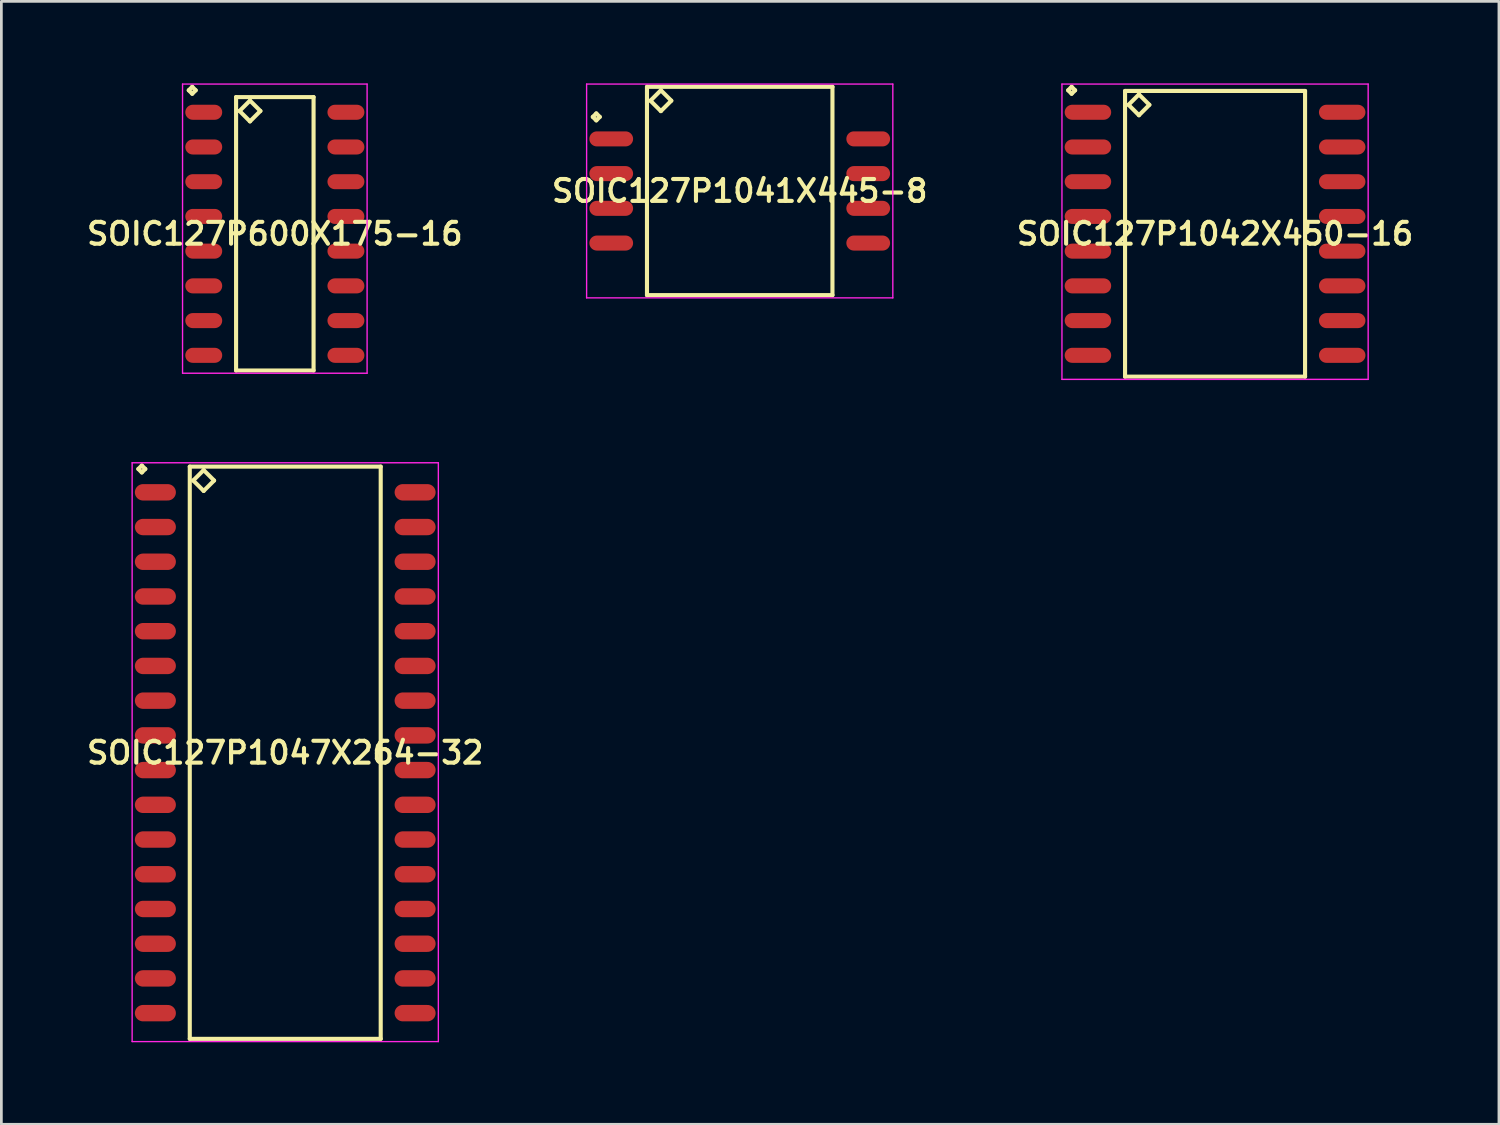
<source format=kicad_pcb>
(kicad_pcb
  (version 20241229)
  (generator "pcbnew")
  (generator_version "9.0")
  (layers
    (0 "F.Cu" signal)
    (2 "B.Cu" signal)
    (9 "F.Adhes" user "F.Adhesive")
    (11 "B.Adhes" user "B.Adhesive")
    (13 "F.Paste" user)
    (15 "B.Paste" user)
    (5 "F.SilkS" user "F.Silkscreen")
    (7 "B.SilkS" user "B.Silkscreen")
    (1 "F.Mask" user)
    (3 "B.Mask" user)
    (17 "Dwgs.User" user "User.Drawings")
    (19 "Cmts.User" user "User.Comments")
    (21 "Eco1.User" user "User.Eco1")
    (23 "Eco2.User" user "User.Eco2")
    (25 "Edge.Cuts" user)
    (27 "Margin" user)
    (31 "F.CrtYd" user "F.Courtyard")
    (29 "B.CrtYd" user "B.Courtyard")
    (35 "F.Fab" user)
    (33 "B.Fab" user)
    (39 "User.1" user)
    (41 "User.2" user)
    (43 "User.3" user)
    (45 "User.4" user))
  (footprint "SOIC127P1042X450-16"
    (layer "F.Cu")
    (at 41.392 5.501)
    (property "Reference" "SOIC127P1042X450-16" (at 0 0 0) (layer "F.SilkS") (effects (font (size 0.8 0.8) (thickness 0.15))))
    (attr smd)
    (fp_line (start -5.373 -5.249) (end -5.246 -5.376) (stroke (width 0.15) (type solid)) (layer "F.SilkS"))
    (fp_line (start -5.246 -5.376) (end -5.119 -5.249) (stroke (width 0.15) (type solid)) (layer "F.SilkS"))
    (fp_line (start -5.246 -5.122) (end -5.373 -5.249) (stroke (width 0.15) (type solid)) (layer "F.SilkS"))
    (fp_line (start -5.119 -5.249) (end -5.246 -5.122) (stroke (width 0.15) (type solid)) (layer "F.SilkS"))
    (fp_line (start -3.292 -5.225) (end -3.292 5.225) (stroke (width 0.15) (type solid)) (layer "F.SilkS"))
    (fp_line (start -3.292 5.225) (end 3.292 5.225) (stroke (width 0.15) (type solid)) (layer "F.SilkS"))
    (fp_line (start -3.165 -4.717) (end -2.784 -5.098) (stroke (width 0.15) (type solid)) (layer "F.SilkS"))
    (fp_line (start -2.784 -5.098) (end -2.403 -4.717) (stroke (width 0.15) (type solid)) (layer "F.SilkS"))
    (fp_line (start -2.784 -4.336) (end -3.165 -4.717) (stroke (width 0.15) (type solid)) (layer "F.SilkS"))
    (fp_line (start -2.403 -4.717) (end -2.784 -4.336) (stroke (width 0.15) (type solid)) (layer "F.SilkS"))
    (fp_line (start 3.292 -5.225) (end -3.292 -5.225) (stroke (width 0.15) (type solid)) (layer "F.SilkS"))
    (fp_line (start 3.292 5.225) (end 3.292 -5.225) (stroke (width 0.15) (type solid)) (layer "F.SilkS"))
    (fp_line (start -5.6 -5.476) (end 5.6 -5.476) (stroke (width 0.05) (type solid)) (layer "F.CrtYd"))
    (fp_line (start -5.6 5.325) (end -5.6 -5.476) (stroke (width 0.05) (type solid)) (layer "F.CrtYd"))
    (fp_line (start 5.6 -5.476) (end 5.6 5.325) (stroke (width 0.05) (type solid)) (layer "F.CrtYd"))
    (fp_line (start 5.6 5.325) (end -5.6 5.325) (stroke (width 0.05) (type solid)) (layer "F.CrtYd"))
    (pad "1" smd oval (at -4.65 -4.445) (size 1.7 0.55) (layers "F.Cu" "F.Mask" "F.Paste"))
    (pad "2" smd oval (at -4.65 -3.175) (size 1.7 0.55) (layers "F.Cu" "F.Mask" "F.Paste"))
    (pad "3" smd oval (at -4.65 -1.905) (size 1.7 0.55) (layers "F.Cu" "F.Mask" "F.Paste"))
    (pad "4" smd oval (at -4.65 -0.635) (size 1.7 0.55) (layers "F.Cu" "F.Mask" "F.Paste"))
    (pad "5" smd oval (at -4.65 0.635) (size 1.7 0.55) (layers "F.Cu" "F.Mask" "F.Paste"))
    (pad "6" smd oval (at -4.65 1.905) (size 1.7 0.55) (layers "F.Cu" "F.Mask" "F.Paste"))
    (pad "7" smd oval (at -4.65 3.175) (size 1.7 0.55) (layers "F.Cu" "F.Mask" "F.Paste"))
    (pad "8" smd oval (at -4.65 4.445) (size 1.7 0.55) (layers "F.Cu" "F.Mask" "F.Paste"))
    (pad "9" smd oval (at 4.65 4.445) (size 1.7 0.55) (layers "F.Cu" "F.Mask" "F.Paste"))
    (pad "10" smd oval (at 4.65 3.175) (size 1.7 0.55) (layers "F.Cu" "F.Mask" "F.Paste"))
    (pad "11" smd oval (at 4.65 1.905) (size 1.7 0.55) (layers "F.Cu" "F.Mask" "F.Paste"))
    (pad "12" smd oval (at 4.65 0.635) (size 1.7 0.55) (layers "F.Cu" "F.Mask" "F.Paste"))
    (pad "13" smd oval (at 4.65 -0.635) (size 1.7 0.55) (layers "F.Cu" "F.Mask" "F.Paste"))
    (pad "14" smd oval (at 4.65 -1.905) (size 1.7 0.55) (layers "F.Cu" "F.Mask" "F.Paste"))
    (pad "15" smd oval (at 4.65 -3.175) (size 1.7 0.55) (layers "F.Cu" "F.Mask" "F.Paste"))
    (pad "16" smd oval (at 4.65 -4.445) (size 1.7 0.55) (layers "F.Cu" "F.Mask" "F.Paste")))
  (footprint "SOIC127P1047X264-32"
    (layer "F.Cu")
    (at 7.383 24.482)
    (property "Reference" "SOIC127P1047X264-32" (at 0 0 0) (layer "F.SilkS") (effects (font (size 0.8 0.8) (thickness 0.15))))
    (attr smd)
    (fp_line (start -5.373 -10.379) (end -5.246 -10.506) (stroke (width 0.15) (type solid)) (layer "F.SilkS"))
    (fp_line (start -5.246 -10.506) (end -5.119 -10.379) (stroke (width 0.15) (type solid)) (layer "F.SilkS"))
    (fp_line (start -5.246 -10.252) (end -5.373 -10.379) (stroke (width 0.15) (type solid)) (layer "F.SilkS"))
    (fp_line (start -5.119 -10.379) (end -5.246 -10.252) (stroke (width 0.15) (type solid)) (layer "F.SilkS"))
    (fp_line (start -3.492 -10.465) (end -3.492 10.465) (stroke (width 0.15) (type solid)) (layer "F.SilkS"))
    (fp_line (start -3.492 10.465) (end 3.492 10.465) (stroke (width 0.15) (type solid)) (layer "F.SilkS"))
    (fp_line (start -3.365 -9.957) (end -2.984 -10.338) (stroke (width 0.15) (type solid)) (layer "F.SilkS"))
    (fp_line (start -2.984 -10.338) (end -2.603 -9.957) (stroke (width 0.15) (type solid)) (layer "F.SilkS"))
    (fp_line (start -2.984 -9.576) (end -3.365 -9.957) (stroke (width 0.15) (type solid)) (layer "F.SilkS"))
    (fp_line (start -2.603 -9.957) (end -2.984 -9.576) (stroke (width 0.15) (type solid)) (layer "F.SilkS"))
    (fp_line (start 3.492 -10.465) (end -3.492 -10.465) (stroke (width 0.15) (type solid)) (layer "F.SilkS"))
    (fp_line (start 3.492 10.465) (end 3.492 -10.465) (stroke (width 0.15) (type solid)) (layer "F.SilkS"))
    (fp_line (start -5.6 -10.606) (end 5.6 -10.606) (stroke (width 0.05) (type solid)) (layer "F.CrtYd"))
    (fp_line (start -5.6 10.565) (end -5.6 -10.606) (stroke (width 0.05) (type solid)) (layer "F.CrtYd"))
    (fp_line (start 5.6 -10.606) (end 5.6 10.565) (stroke (width 0.05) (type solid)) (layer "F.CrtYd"))
    (fp_line (start 5.6 10.565) (end -5.6 10.565) (stroke (width 0.05) (type solid)) (layer "F.CrtYd"))
    (pad "1" smd oval (at -4.75 -9.525) (size 1.5 0.6) (layers "F.Cu" "F.Mask" "F.Paste"))
    (pad "2" smd oval (at -4.75 -8.255) (size 1.5 0.6) (layers "F.Cu" "F.Mask" "F.Paste"))
    (pad "3" smd oval (at -4.75 -6.985) (size 1.5 0.6) (layers "F.Cu" "F.Mask" "F.Paste"))
    (pad "4" smd oval (at -4.75 -5.715) (size 1.5 0.6) (layers "F.Cu" "F.Mask" "F.Paste"))
    (pad "5" smd oval (at -4.75 -4.445) (size 1.5 0.6) (layers "F.Cu" "F.Mask" "F.Paste"))
    (pad "6" smd oval (at -4.75 -3.175) (size 1.5 0.6) (layers "F.Cu" "F.Mask" "F.Paste"))
    (pad "7" smd oval (at -4.75 -1.905) (size 1.5 0.6) (layers "F.Cu" "F.Mask" "F.Paste"))
    (pad "8" smd oval (at -4.75 -0.635) (size 1.5 0.6) (layers "F.Cu" "F.Mask" "F.Paste"))
    (pad "9" smd oval (at -4.75 0.635) (size 1.5 0.6) (layers "F.Cu" "F.Mask" "F.Paste"))
    (pad "10" smd oval (at -4.75 1.905) (size 1.5 0.6) (layers "F.Cu" "F.Mask" "F.Paste"))
    (pad "11" smd oval (at -4.75 3.175) (size 1.5 0.6) (layers "F.Cu" "F.Mask" "F.Paste"))
    (pad "12" smd oval (at -4.75 4.445) (size 1.5 0.6) (layers "F.Cu" "F.Mask" "F.Paste"))
    (pad "13" smd oval (at -4.75 5.715) (size 1.5 0.6) (layers "F.Cu" "F.Mask" "F.Paste"))
    (pad "14" smd oval (at -4.75 6.985) (size 1.5 0.6) (layers "F.Cu" "F.Mask" "F.Paste"))
    (pad "15" smd oval (at -4.75 8.255) (size 1.5 0.6) (layers "F.Cu" "F.Mask" "F.Paste"))
    (pad "16" smd oval (at -4.75 9.525) (size 1.5 0.6) (layers "F.Cu" "F.Mask" "F.Paste"))
    (pad "17" smd oval (at 4.75 9.525) (size 1.5 0.6) (layers "F.Cu" "F.Mask" "F.Paste"))
    (pad "18" smd oval (at 4.75 8.255) (size 1.5 0.6) (layers "F.Cu" "F.Mask" "F.Paste"))
    (pad "19" smd oval (at 4.75 6.985) (size 1.5 0.6) (layers "F.Cu" "F.Mask" "F.Paste"))
    (pad "20" smd oval (at 4.75 5.715) (size 1.5 0.6) (layers "F.Cu" "F.Mask" "F.Paste"))
    (pad "21" smd oval (at 4.75 4.445) (size 1.5 0.6) (layers "F.Cu" "F.Mask" "F.Paste"))
    (pad "22" smd oval (at 4.75 3.175) (size 1.5 0.6) (layers "F.Cu" "F.Mask" "F.Paste"))
    (pad "23" smd oval (at 4.75 1.905) (size 1.5 0.6) (layers "F.Cu" "F.Mask" "F.Paste"))
    (pad "24" smd oval (at 4.75 0.635) (size 1.5 0.6) (layers "F.Cu" "F.Mask" "F.Paste"))
    (pad "25" smd oval (at 4.75 -0.635) (size 1.5 0.6) (layers "F.Cu" "F.Mask" "F.Paste"))
    (pad "26" smd oval (at 4.75 -1.905) (size 1.5 0.6) (layers "F.Cu" "F.Mask" "F.Paste"))
    (pad "27" smd oval (at 4.75 -3.175) (size 1.5 0.6) (layers "F.Cu" "F.Mask" "F.Paste"))
    (pad "28" smd oval (at 4.75 -4.445) (size 1.5 0.6) (layers "F.Cu" "F.Mask" "F.Paste"))
    (pad "29" smd oval (at 4.75 -5.715) (size 1.5 0.6) (layers "F.Cu" "F.Mask" "F.Paste"))
    (pad "30" smd oval (at 4.75 -6.985) (size 1.5 0.6) (layers "F.Cu" "F.Mask" "F.Paste"))
    (pad "31" smd oval (at 4.75 -8.255) (size 1.5 0.6) (layers "F.Cu" "F.Mask" "F.Paste"))
    (pad "32" smd oval (at 4.75 -9.525) (size 1.5 0.6) (layers "F.Cu" "F.Mask" "F.Paste")))
  (footprint "SOIC127P1041X445-8"
    (layer "F.Cu")
    (at 24.006 3.935)
    (property "Reference" "SOIC127P1041X445-8" (at 0 0 0) (layer "F.SilkS") (effects (font (size 0.8 0.8) (thickness 0.15))))
    (attr smd)
    (fp_line (start -5.373 -2.709) (end -5.246 -2.836) (stroke (width 0.15) (type solid)) (layer "F.SilkS"))
    (fp_line (start -5.246 -2.836) (end -5.119 -2.709) (stroke (width 0.15) (type solid)) (layer "F.SilkS"))
    (fp_line (start -5.246 -2.582) (end -5.373 -2.709) (stroke (width 0.15) (type solid)) (layer "F.SilkS"))
    (fp_line (start -5.119 -2.709) (end -5.246 -2.582) (stroke (width 0.15) (type solid)) (layer "F.SilkS"))
    (fp_line (start -3.392 -3.81) (end -3.392 3.81) (stroke (width 0.15) (type solid)) (layer "F.SilkS"))
    (fp_line (start -3.392 3.81) (end 3.392 3.81) (stroke (width 0.15) (type solid)) (layer "F.SilkS"))
    (fp_line (start -3.265 -3.302) (end -2.884 -3.683) (stroke (width 0.15) (type solid)) (layer "F.SilkS"))
    (fp_line (start -2.884 -3.683) (end -2.503 -3.302) (stroke (width 0.15) (type solid)) (layer "F.SilkS"))
    (fp_line (start -2.884 -2.921) (end -3.265 -3.302) (stroke (width 0.15) (type solid)) (layer "F.SilkS"))
    (fp_line (start -2.503 -3.302) (end -2.884 -2.921) (stroke (width 0.15) (type solid)) (layer "F.SilkS"))
    (fp_line (start 3.392 -3.81) (end -3.392 -3.81) (stroke (width 0.15) (type solid)) (layer "F.SilkS"))
    (fp_line (start 3.392 3.81) (end 3.392 -3.81) (stroke (width 0.15) (type solid)) (layer "F.SilkS"))
    (fp_line (start -5.6 -3.91) (end 5.6 -3.91) (stroke (width 0.05) (type solid)) (layer "F.CrtYd"))
    (fp_line (start -5.6 3.91) (end -5.6 -3.91) (stroke (width 0.05) (type solid)) (layer "F.CrtYd"))
    (fp_line (start 5.6 -3.91) (end 5.6 3.91) (stroke (width 0.05) (type solid)) (layer "F.CrtYd"))
    (fp_line (start 5.6 3.91) (end -5.6 3.91) (stroke (width 0.05) (type solid)) (layer "F.CrtYd"))
    (pad "1" smd oval (at -4.7 -1.905) (size 1.6 0.55) (layers "F.Cu" "F.Mask" "F.Paste"))
    (pad "2" smd oval (at -4.7 -0.635) (size 1.6 0.55) (layers "F.Cu" "F.Mask" "F.Paste"))
    (pad "3" smd oval (at -4.7 0.635) (size 1.6 0.55) (layers "F.Cu" "F.Mask" "F.Paste"))
    (pad "4" smd oval (at -4.7 1.905) (size 1.6 0.55) (layers "F.Cu" "F.Mask" "F.Paste"))
    (pad "5" smd oval (at 4.7 1.905) (size 1.6 0.55) (layers "F.Cu" "F.Mask" "F.Paste"))
    (pad "6" smd oval (at 4.7 0.635) (size 1.6 0.55) (layers "F.Cu" "F.Mask" "F.Paste"))
    (pad "7" smd oval (at 4.7 -0.635) (size 1.6 0.55) (layers "F.Cu" "F.Mask" "F.Paste"))
    (pad "8" smd oval (at 4.7 -1.905) (size 1.6 0.55) (layers "F.Cu" "F.Mask" "F.Paste")))
  (footprint "SOIC127P600X175-16"
    (layer "F.Cu")
    (at 7.002 5.501)
    (property "Reference" "SOIC127P600X175-16" (at 0 0 0) (layer "F.SilkS") (effects (font (size 0.8 0.8) (thickness 0.15))))
    (attr smd)
    (fp_line (start -3.148 -5.249) (end -3.021 -5.376) (stroke (width 0.15) (type solid)) (layer "F.SilkS"))
    (fp_line (start -3.021 -5.376) (end -2.894 -5.249) (stroke (width 0.15) (type solid)) (layer "F.SilkS"))
    (fp_line (start -3.021 -5.122) (end -3.148 -5.249) (stroke (width 0.15) (type solid)) (layer "F.SilkS"))
    (fp_line (start -2.894 -5.249) (end -3.021 -5.122) (stroke (width 0.15) (type solid)) (layer "F.SilkS"))
    (fp_line (start -1.417 -5) (end -1.417 5) (stroke (width 0.15) (type solid)) (layer "F.SilkS"))
    (fp_line (start -1.417 5) (end 1.417 5) (stroke (width 0.15) (type solid)) (layer "F.SilkS"))
    (fp_line (start -1.29 -4.492) (end -0.909 -4.873) (stroke (width 0.15) (type solid)) (layer "F.SilkS"))
    (fp_line (start -0.909 -4.873) (end -0.528 -4.492) (stroke (width 0.15) (type solid)) (layer "F.SilkS"))
    (fp_line (start -0.909 -4.111) (end -1.29 -4.492) (stroke (width 0.15) (type solid)) (layer "F.SilkS"))
    (fp_line (start -0.528 -4.492) (end -0.909 -4.111) (stroke (width 0.15) (type solid)) (layer "F.SilkS"))
    (fp_line (start 1.417 -5) (end -1.417 -5) (stroke (width 0.15) (type solid)) (layer "F.SilkS"))
    (fp_line (start 1.417 5) (end 1.417 -5) (stroke (width 0.15) (type solid)) (layer "F.SilkS"))
    (fp_line (start -3.375 -5.476) (end 3.375 -5.476) (stroke (width 0.05) (type solid)) (layer "F.CrtYd"))
    (fp_line (start -3.375 5.1) (end -3.375 -5.476) (stroke (width 0.05) (type solid)) (layer "F.CrtYd"))
    (fp_line (start 3.375 -5.476) (end 3.375 5.1) (stroke (width 0.05) (type solid)) (layer "F.CrtYd"))
    (fp_line (start 3.375 5.1) (end -3.375 5.1) (stroke (width 0.05) (type solid)) (layer "F.CrtYd"))
    (pad "1" smd oval (at -2.6 -4.445) (size 1.35 0.55) (layers "F.Cu" "F.Mask" "F.Paste"))
    (pad "2" smd oval (at -2.6 -3.175) (size 1.35 0.55) (layers "F.Cu" "F.Mask" "F.Paste"))
    (pad "3" smd oval (at -2.6 -1.905) (size 1.35 0.55) (layers "F.Cu" "F.Mask" "F.Paste"))
    (pad "4" smd oval (at -2.6 -0.635) (size 1.35 0.55) (layers "F.Cu" "F.Mask" "F.Paste"))
    (pad "5" smd oval (at -2.6 0.635) (size 1.35 0.55) (layers "F.Cu" "F.Mask" "F.Paste"))
    (pad "6" smd oval (at -2.6 1.905) (size 1.35 0.55) (layers "F.Cu" "F.Mask" "F.Paste"))
    (pad "7" smd oval (at -2.6 3.175) (size 1.35 0.55) (layers "F.Cu" "F.Mask" "F.Paste"))
    (pad "8" smd oval (at -2.6 4.445) (size 1.35 0.55) (layers "F.Cu" "F.Mask" "F.Paste"))
    (pad "9" smd oval (at 2.6 4.445) (size 1.35 0.55) (layers "F.Cu" "F.Mask" "F.Paste"))
    (pad "10" smd oval (at 2.6 3.175) (size 1.35 0.55) (layers "F.Cu" "F.Mask" "F.Paste"))
    (pad "11" smd oval (at 2.6 1.905) (size 1.35 0.55) (layers "F.Cu" "F.Mask" "F.Paste"))
    (pad "12" smd oval (at 2.6 0.635) (size 1.35 0.55) (layers "F.Cu" "F.Mask" "F.Paste"))
    (pad "13" smd oval (at 2.6 -0.635) (size 1.35 0.55) (layers "F.Cu" "F.Mask" "F.Paste"))
    (pad "14" smd oval (at 2.6 -1.905) (size 1.35 0.55) (layers "F.Cu" "F.Mask" "F.Paste"))
    (pad "15" smd oval (at 2.6 -3.175) (size 1.35 0.55) (layers "F.Cu" "F.Mask" "F.Paste"))
    (pad "16" smd oval (at 2.6 -4.445) (size 1.35 0.55) (layers "F.Cu" "F.Mask" "F.Paste")))
  (gr_rect
    (start -3 -3)
    (end 51.775 38.072)
    (stroke (width 0.1) (type default))
    (fill no)
    (layer "Edge.Cuts")))
</source>
